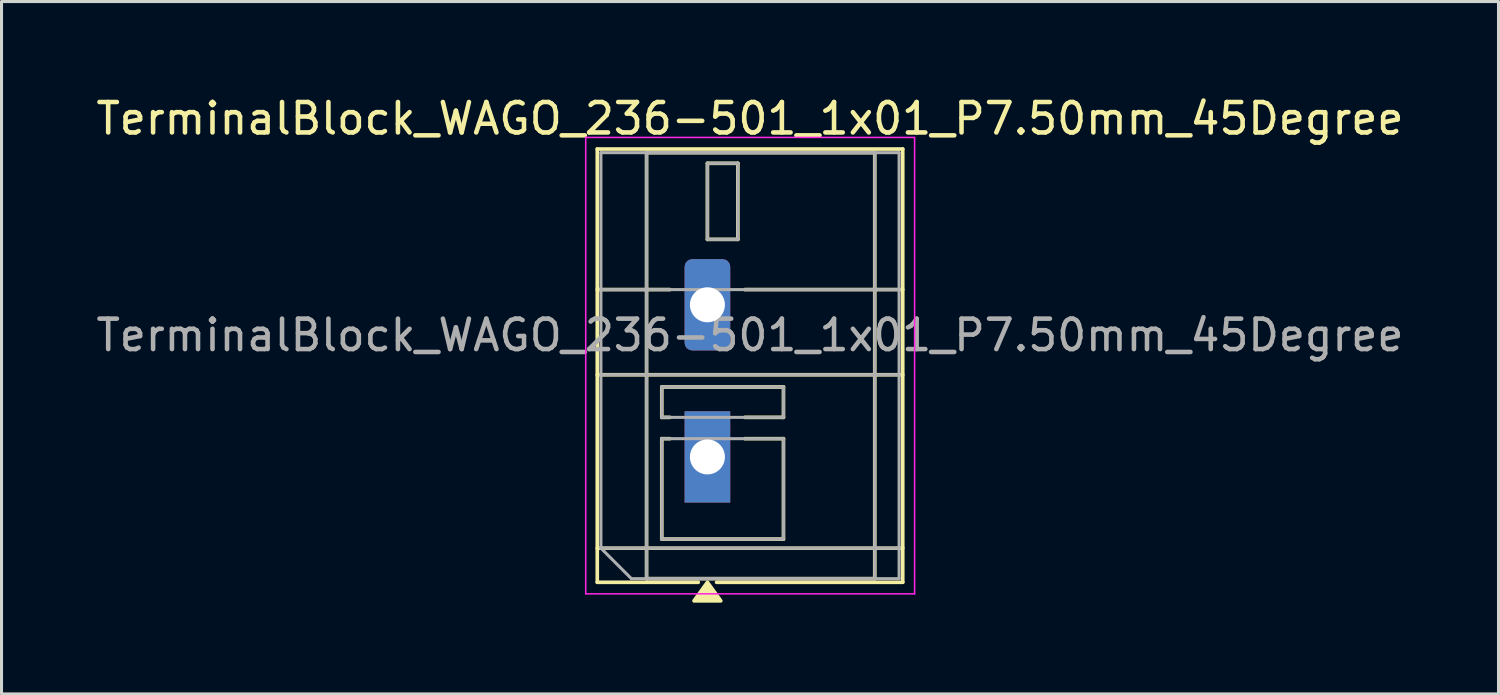
<source format=kicad_pcb>
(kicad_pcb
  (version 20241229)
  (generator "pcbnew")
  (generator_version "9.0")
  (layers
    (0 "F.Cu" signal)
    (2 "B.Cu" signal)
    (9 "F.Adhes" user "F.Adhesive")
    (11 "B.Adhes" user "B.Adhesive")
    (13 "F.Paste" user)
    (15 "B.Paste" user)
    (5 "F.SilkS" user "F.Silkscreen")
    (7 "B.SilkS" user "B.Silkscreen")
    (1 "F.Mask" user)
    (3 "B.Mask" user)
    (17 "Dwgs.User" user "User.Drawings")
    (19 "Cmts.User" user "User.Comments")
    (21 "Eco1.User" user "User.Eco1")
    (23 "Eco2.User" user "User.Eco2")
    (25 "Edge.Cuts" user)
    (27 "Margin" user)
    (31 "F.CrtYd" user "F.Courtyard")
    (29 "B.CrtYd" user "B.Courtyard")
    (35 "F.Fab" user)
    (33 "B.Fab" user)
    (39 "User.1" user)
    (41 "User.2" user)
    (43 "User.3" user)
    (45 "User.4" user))
  (footprint "TerminalBlock_WAGO_236-501_1x01_P7.50mm_45Degree"
    (layer "F.Cu")
    (at 20.201 6.968)
    (property "Reference" "TerminalBlock_WAGO_236-501_1x01_P7.50mm_45Degree" (at 1.4 -6.12 0) (layer "F.SilkS") (effects (font (size 1 1) (thickness 0.15))))
    (attr through_hole)
    (fp_line (start -3.62 -5.12) (end -3.62 9.12) (stroke (width 0.12) (type solid)) (layer "F.SilkS"))
    (fp_line (start -3.62 -5.12) (end 6.42 -5.12) (stroke (width 0.12) (type solid)) (layer "F.SilkS"))
    (fp_line (start -3.62 -0.5) (end -1.23 -0.5) (stroke (width 0.12) (type solid)) (layer "F.SilkS"))
    (fp_line (start -3.62 2.3) (end 6.42 2.3) (stroke (width 0.12) (type solid)) (layer "F.SilkS"))
    (fp_line (start -3.62 8) (end 6.42 8) (stroke (width 0.12) (type solid)) (layer "F.SilkS"))
    (fp_line (start -3.62 9.12) (end -0.3 9.12) (stroke (width 0.12) (type solid)) (layer "F.SilkS"))
    (fp_line (start -2 -5) (end -2 9) (stroke (width 0.12) (type solid)) (layer "F.SilkS"))
    (fp_line (start -2 -5) (end 5.5 -5) (stroke (width 0.12) (type solid)) (layer "F.SilkS"))
    (fp_line (start -2 9) (end 5.5 9) (stroke (width 0.12) (type solid)) (layer "F.SilkS"))
    (fp_line (start -1.5 2.7) (end -1.5 3.7) (stroke (width 0.12) (type solid)) (layer "F.SilkS"))
    (fp_line (start -1.5 2.7) (end 2.5 2.7) (stroke (width 0.12) (type solid)) (layer "F.SilkS"))
    (fp_line (start -1.5 3.7) (end -1.23 3.7) (stroke (width 0.12) (type solid)) (layer "F.SilkS"))
    (fp_line (start -1.5 4.4) (end -1.5 7.7) (stroke (width 0.12) (type solid)) (layer "F.SilkS"))
    (fp_line (start -1.5 4.4) (end -1.23 4.4) (stroke (width 0.12) (type solid)) (layer "F.SilkS"))
    (fp_line (start -1.5 7.7) (end 2.5 7.7) (stroke (width 0.12) (type solid)) (layer "F.SilkS"))
    (fp_line (start 0 -4.65) (end 0 -2.15) (stroke (width 0.12) (type solid)) (layer "F.SilkS"))
    (fp_line (start 0 -4.65) (end 1 -4.65) (stroke (width 0.12) (type solid)) (layer "F.SilkS"))
    (fp_line (start 0 -2.15) (end 1 -2.15) (stroke (width 0.12) (type solid)) (layer "F.SilkS"))
    (fp_line (start 0.3 9.12) (end 6.42 9.12) (stroke (width 0.12) (type solid)) (layer "F.SilkS"))
    (fp_line (start 1 -4.65) (end 1 -2.15) (stroke (width 0.12) (type solid)) (layer "F.SilkS"))
    (fp_line (start 1.23 -0.5) (end 6.42 -0.5) (stroke (width 0.12) (type solid)) (layer "F.SilkS"))
    (fp_line (start 1.23 3.7) (end 2.5 3.7) (stroke (width 0.12) (type solid)) (layer "F.SilkS"))
    (fp_line (start 1.23 4.4) (end 2.5 4.4) (stroke (width 0.12) (type solid)) (layer "F.SilkS"))
    (fp_line (start 2.5 2.7) (end 2.5 3.7) (stroke (width 0.12) (type solid)) (layer "F.SilkS"))
    (fp_line (start 2.5 4.4) (end 2.5 7.7) (stroke (width 0.12) (type solid)) (layer "F.SilkS"))
    (fp_line (start 5.5 -5) (end 5.5 9) (stroke (width 0.12) (type solid)) (layer "F.SilkS"))
    (fp_line (start 6.42 -5.12) (end 6.42 9.12) (stroke (width 0.12) (type solid)) (layer "F.SilkS"))
    (fp_poly (pts (xy 0 9.12) (xy 0.44 9.73) (xy -0.44 9.73)) (stroke (width 0.12) (type solid)) (fill yes) (layer "F.SilkS"))
    (fp_line (start -4 -5.5) (end -4 9.5) (stroke (width 0.05) (type solid)) (layer "F.CrtYd"))
    (fp_line (start -4 9.5) (end 6.81 9.5) (stroke (width 0.05) (type solid)) (layer "F.CrtYd"))
    (fp_line (start 6.81 -5.5) (end -4 -5.5) (stroke (width 0.05) (type solid)) (layer "F.CrtYd"))
    (fp_line (start 6.81 9.5) (end 6.81 -5.5) (stroke (width 0.05) (type solid)) (layer "F.CrtYd"))
    (fp_line (start -3.5 -5) (end 6.3 -5) (stroke (width 0.1) (type solid)) (layer "F.Fab"))
    (fp_line (start -3.5 -0.5) (end 6.3 -0.5) (stroke (width 0.1) (type solid)) (layer "F.Fab"))
    (fp_line (start -3.5 2.3) (end 6.3 2.3) (stroke (width 0.1) (type solid)) (layer "F.Fab"))
    (fp_line (start -3.5 8) (end -3.5 -5) (stroke (width 0.1) (type solid)) (layer "F.Fab"))
    (fp_line (start -3.5 8) (end 6.3 8) (stroke (width 0.1) (type solid)) (layer "F.Fab"))
    (fp_line (start -2.5 9) (end -3.5 8) (stroke (width 0.1) (type solid)) (layer "F.Fab"))
    (fp_line (start -2 -5) (end -2 9) (stroke (width 0.1) (type solid)) (layer "F.Fab"))
    (fp_line (start -2 9) (end 5.5 9) (stroke (width 0.1) (type solid)) (layer "F.Fab"))
    (fp_line (start -1.5 2.7) (end -1.5 3.7) (stroke (width 0.1) (type solid)) (layer "F.Fab"))
    (fp_line (start -1.5 3.7) (end 2.5 3.7) (stroke (width 0.1) (type solid)) (layer "F.Fab"))
    (fp_line (start -1.5 4.4) (end -1.5 7.7) (stroke (width 0.1) (type solid)) (layer "F.Fab"))
    (fp_line (start -1.5 7.7) (end 2.5 7.7) (stroke (width 0.1) (type solid)) (layer "F.Fab"))
    (fp_line (start 0 -4.65) (end 0 -2.15) (stroke (width 0.1) (type solid)) (layer "F.Fab"))
    (fp_line (start 0 -2.15) (end 1 -2.15) (stroke (width 0.1) (type solid)) (layer "F.Fab"))
    (fp_line (start 1 -4.65) (end 0 -4.65) (stroke (width 0.1) (type solid)) (layer "F.Fab"))
    (fp_line (start 1 -2.15) (end 1 -4.65) (stroke (width 0.1) (type solid)) (layer "F.Fab"))
    (fp_line (start 2.5 2.7) (end -1.5 2.7) (stroke (width 0.1) (type solid)) (layer "F.Fab"))
    (fp_line (start 2.5 3.7) (end 2.5 2.7) (stroke (width 0.1) (type solid)) (layer "F.Fab"))
    (fp_line (start 2.5 4.4) (end -1.5 4.4) (stroke (width 0.1) (type solid)) (layer "F.Fab"))
    (fp_line (start 2.5 7.7) (end 2.5 4.4) (stroke (width 0.1) (type solid)) (layer "F.Fab"))
    (fp_line (start 5.5 -5) (end -2 -5) (stroke (width 0.1) (type solid)) (layer "F.Fab"))
    (fp_line (start 5.5 9) (end 5.5 -5) (stroke (width 0.1) (type solid)) (layer "F.Fab"))
    (fp_line (start 6.3 -5) (end 6.3 9) (stroke (width 0.1) (type solid)) (layer "F.Fab"))
    (fp_line (start 6.3 9) (end -2.5 9) (stroke (width 0.1) (type solid)) (layer "F.Fab"))
    (fp_text user "${REFERENCE}" (at 1.4 1 0) (layer "F.Fab") (effects (font (size 1 1) (thickness 0.15))))
    (pad "1" thru_hole roundrect (at 0 0) (size 1.5 3) (drill 1.15) (layers "*.Cu" "*.Mask") (roundrect_rratio 0.167))
    (pad "1" thru_hole rect (at 0 5) (size 1.5 3) (drill 1.15) (layers "*.Cu" "*.Mask")))
  (gr_rect
    (start -3 -3)
    (end 46.202 19.758)
    (stroke (width 0.1) (type default))
    (fill no)
    (layer "Edge.Cuts")))
</source>
